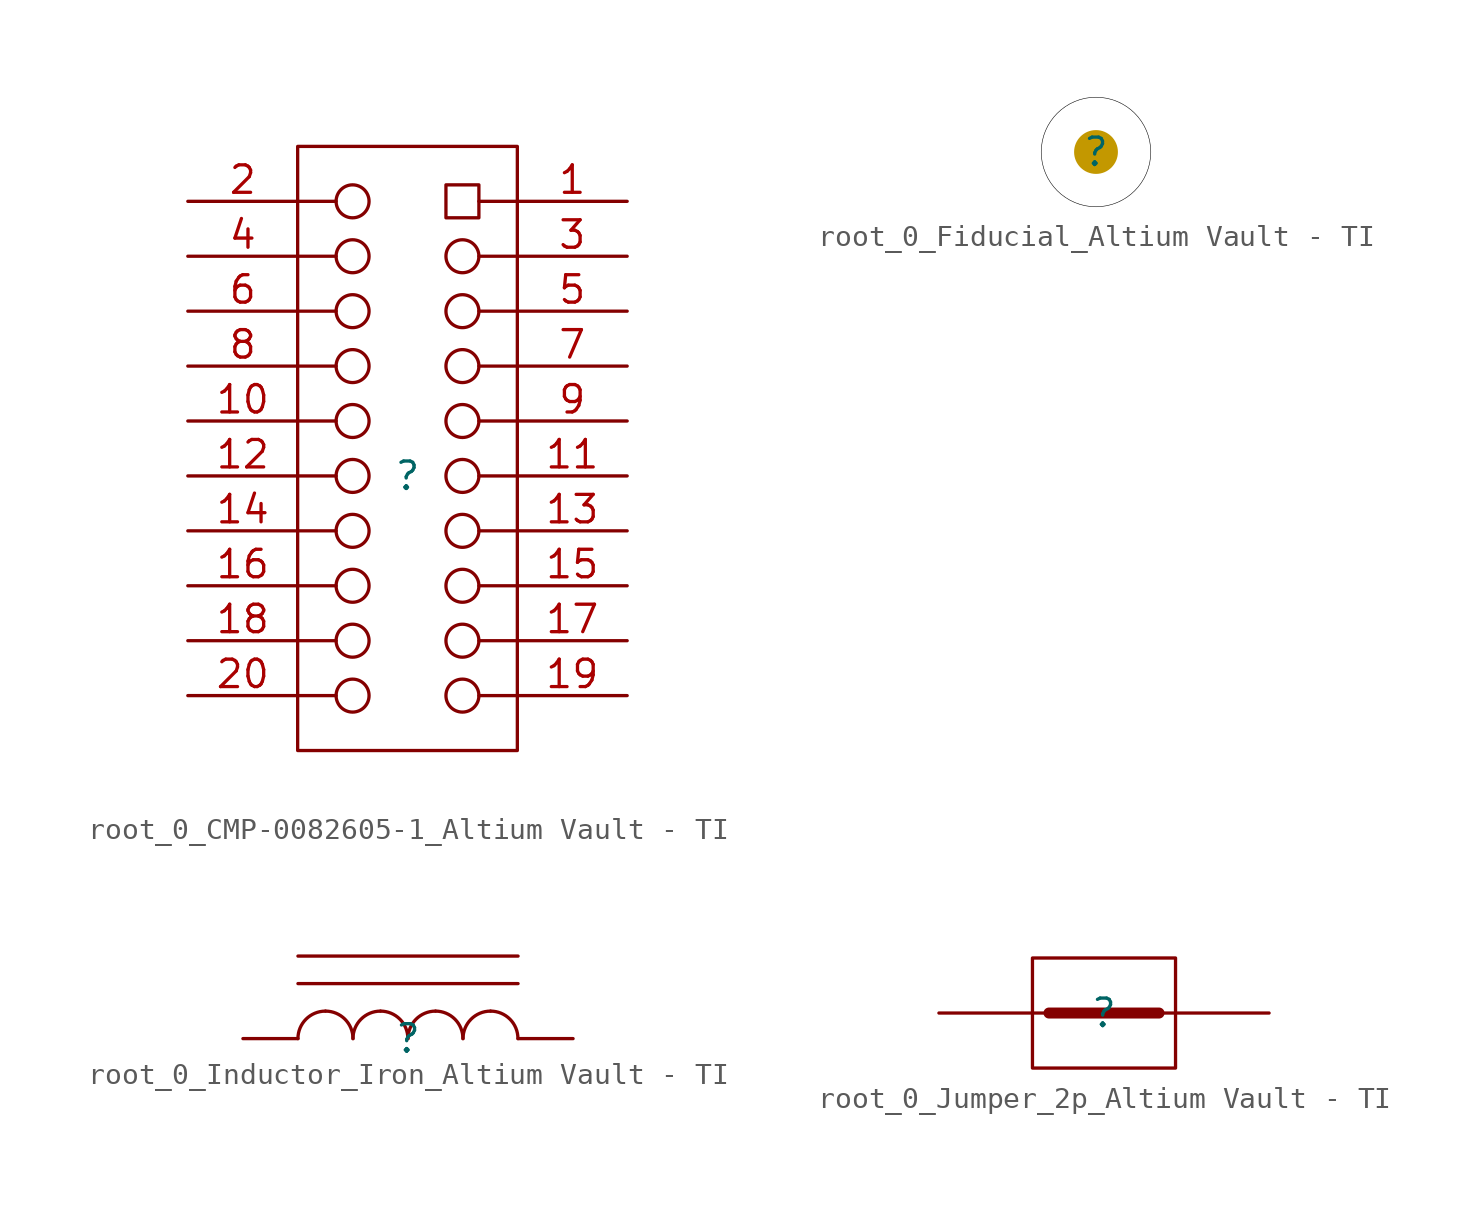
<source format=kicad_sym>
(kicad_symbol_lib
  (version 20241209)
  (generator "kicad_symbol_editor")
  (generator_version "9.0")
  (symbol "root_0_CMP-0082605-1_Altium Vault - TI"
    (pin_names
      (hide yes))
    (property "Reference" ""
      (at 0 0 0)
      (effects (font (size 1.27 1.27))))
    (property "Value" ""
      (at 0 0 0)
      (effects (font (size 1.27 1.27))))
    (symbol "root_0_CMP-0082605-1_Altium Vault - TI_1_0"
      (polyline (pts (xy -5.08 12.7) (xy -3.302 12.7)) (stroke (width 0) (type solid)) (fill (type none)))
      (polyline (pts (xy -5.08 10.16) (xy -3.302 10.16)) (stroke (width 0) (type solid)) (fill (type none)))
      (polyline (pts (xy -5.08 7.62) (xy -3.302 7.62)) (stroke (width 0) (type solid)) (fill (type none)))
      (polyline (pts (xy -5.08 5.08) (xy -3.302 5.08)) (stroke (width 0) (type solid)) (fill (type none)))
      (polyline (pts (xy -5.08 2.54) (xy -3.302 2.54)) (stroke (width 0) (type solid)) (fill (type none)))
      (polyline (pts (xy -5.08 0) (xy -3.302 0)) (stroke (width 0) (type solid)) (fill (type none)))
      (polyline (pts (xy -5.08 -2.54) (xy -3.302 -2.54)) (stroke (width 0) (type solid)) (fill (type none)))
      (polyline (pts (xy -5.08 -5.08) (xy -3.302 -5.08)) (stroke (width 0) (type solid)) (fill (type none)))
      (polyline (pts (xy -5.08 -7.62) (xy -3.302 -7.62)) (stroke (width 0) (type solid)) (fill (type none)))
      (polyline (pts (xy -5.08 -10.16) (xy -3.302 -10.16)) (stroke (width 0) (type solid)) (fill (type none)))
      (circle (center -2.54 12.7) (radius 0.762) (stroke (width 0) (type solid)) (fill (type color) (color 255 255 255 1)))
      (circle (center -2.54 10.16) (radius 0.762) (stroke (width 0) (type solid)) (fill (type color) (color 255 255 255 1)))
      (circle (center -2.54 7.62) (radius 0.762) (stroke (width 0) (type solid)) (fill (type color) (color 255 255 255 1)))
      (circle (center -2.54 5.08) (radius 0.762) (stroke (width 0) (type solid)) (fill (type color) (color 255 255 255 1)))
      (circle (center -2.54 2.54) (radius 0.762) (stroke (width 0) (type solid)) (fill (type color) (color 255 255 255 1)))
      (circle (center -2.54 0) (radius 0.762) (stroke (width 0) (type solid)) (fill (type color) (color 255 255 255 1)))
      (circle (center -2.54 -2.54) (radius 0.762) (stroke (width 0) (type solid)) (fill (type color) (color 255 255 255 1)))
      (circle (center -2.54 -5.08) (radius 0.762) (stroke (width 0) (type solid)) (fill (type color) (color 255 255 255 1)))
      (circle (center -2.54 -7.62) (radius 0.762) (stroke (width 0) (type solid)) (fill (type color) (color 255 255 255 1)))
      (circle (center -2.54 -10.16) (radius 0.762) (stroke (width 0) (type solid)) (fill (type color) (color 255 255 255 1)))
      (circle (center 2.54 10.16) (radius 0.762) (stroke (width 0) (type solid)) (fill (type color) (color 255 255 255 1)))
      (circle (center 2.54 7.62) (radius 0.762) (stroke (width 0) (type solid)) (fill (type color) (color 255 255 255 1)))
      (circle (center 2.54 5.08) (radius 0.762) (stroke (width 0) (type solid)) (fill (type color) (color 255 255 255 1)))
      (circle (center 2.54 2.54) (radius 0.762) (stroke (width 0) (type solid)) (fill (type color) (color 255 255 255 1)))
      (circle (center 2.54 0) (radius 0.762) (stroke (width 0) (type solid)) (fill (type color) (color 255 255 255 1)))
      (circle (center 2.54 -2.54) (radius 0.762) (stroke (width 0) (type solid)) (fill (type color) (color 255 255 255 1)))
      (circle (center 2.54 -5.08) (radius 0.762) (stroke (width 0) (type solid)) (fill (type color) (color 255 255 255 1)))
      (circle (center 2.54 -7.62) (radius 0.762) (stroke (width 0) (type solid)) (fill (type color) (color 255 255 255 1)))
      (circle (center 2.54 -10.16) (radius 0.762) (stroke (width 0) (type solid)) (fill (type color) (color 255 255 255 1)))
      (rectangle (start 3.302 13.462) (end 1.778 11.938) (stroke (width 0) (type solid)) (fill (type color) (color 255 255 255 1)))
      (rectangle (start 5.08 15.24) (end -5.08 -12.7) (stroke (width 0) (type solid)) (fill (type none)))
      (polyline (pts (xy 5.08 12.7) (xy 3.302 12.7)) (stroke (width 0) (type solid)) (fill (type none)))
      (polyline (pts (xy 5.08 10.16) (xy 3.302 10.16)) (stroke (width 0) (type solid)) (fill (type none)))
      (polyline (pts (xy 5.08 7.62) (xy 3.302 7.62)) (stroke (width 0) (type solid)) (fill (type none)))
      (polyline (pts (xy 5.08 5.08) (xy 3.302 5.08)) (stroke (width 0) (type solid)) (fill (type none)))
      (polyline (pts (xy 5.08 2.54) (xy 3.302 2.54)) (stroke (width 0) (type solid)) (fill (type none)))
      (polyline (pts (xy 5.08 0) (xy 3.302 0)) (stroke (width 0) (type solid)) (fill (type none)))
      (polyline (pts (xy 5.08 -2.54) (xy 3.302 -2.54)) (stroke (width 0) (type solid)) (fill (type none)))
      (polyline (pts (xy 5.08 -5.08) (xy 3.302 -5.08)) (stroke (width 0) (type solid)) (fill (type none)))
      (polyline (pts (xy 5.08 -7.62) (xy 3.302 -7.62)) (stroke (width 0) (type solid)) (fill (type none)))
      (polyline (pts (xy 5.08 -10.16) (xy 3.302 -10.16)) (stroke (width 0) (type solid)) (fill (type none)))
      (pin passive line (at -10.16 12.7 0) (length 5.08) (name "2" (effects (font (size 1.27 1.27)))) (number "2" (effects (font (size 1.27 1.27)))))
      (pin passive line (at -10.16 10.16 0) (length 5.08) (name "4" (effects (font (size 1.27 1.27)))) (number "4" (effects (font (size 1.27 1.27)))))
      (pin passive line (at -10.16 7.62 0) (length 5.08) (name "6" (effects (font (size 1.27 1.27)))) (number "6" (effects (font (size 1.27 1.27)))))
      (pin passive line (at -10.16 5.08 0) (length 5.08) (name "8" (effects (font (size 1.27 1.27)))) (number "8" (effects (font (size 1.27 1.27)))))
      (pin passive line (at -10.16 2.54 0) (length 5.08) (name "10" (effects (font (size 1.27 1.27)))) (number "10" (effects (font (size 1.27 1.27)))))
      (pin passive line (at -10.16 0 0) (length 5.08) (name "12" (effects (font (size 1.27 1.27)))) (number "12" (effects (font (size 1.27 1.27)))))
      (pin passive line (at -10.16 -2.54 0) (length 5.08) (name "14" (effects (font (size 1.27 1.27)))) (number "14" (effects (font (size 1.27 1.27)))))
      (pin passive line (at -10.16 -5.08 0) (length 5.08) (name "16" (effects (font (size 1.27 1.27)))) (number "16" (effects (font (size 1.27 1.27)))))
      (pin passive line (at -10.16 -7.62 0) (length 5.08) (name "18" (effects (font (size 1.27 1.27)))) (number "18" (effects (font (size 1.27 1.27)))))
      (pin passive line (at -10.16 -10.16 0) (length 5.08) (name "20" (effects (font (size 1.27 1.27)))) (number "20" (effects (font (size 1.27 1.27)))))
      (pin passive line (at 10.16 12.7 180) (length 5.08) (name "1" (effects (font (size 1.27 1.27)))) (number "1" (effects (font (size 1.27 1.27)))))
      (pin passive line (at 10.16 10.16 180) (length 5.08) (name "3" (effects (font (size 1.27 1.27)))) (number "3" (effects (font (size 1.27 1.27)))))
      (pin passive line (at 10.16 7.62 180) (length 5.08) (name "5" (effects (font (size 1.27 1.27)))) (number "5" (effects (font (size 1.27 1.27)))))
      (pin passive line (at 10.16 5.08 180) (length 5.08) (name "7" (effects (font (size 1.27 1.27)))) (number "7" (effects (font (size 1.27 1.27)))))
      (pin passive line (at 10.16 2.54 180) (length 5.08) (name "9" (effects (font (size 1.27 1.27)))) (number "9" (effects (font (size 1.27 1.27)))))
      (pin passive line (at 10.16 0 180) (length 5.08) (name "11" (effects (font (size 1.27 1.27)))) (number "11" (effects (font (size 1.27 1.27)))))
      (pin passive line (at 10.16 -2.54 180) (length 5.08) (name "13" (effects (font (size 1.27 1.27)))) (number "13" (effects (font (size 1.27 1.27)))))
      (pin passive line (at 10.16 -5.08 180) (length 5.08) (name "15" (effects (font (size 1.27 1.27)))) (number "15" (effects (font (size 1.27 1.27)))))
      (pin passive line (at 10.16 -7.62 180) (length 5.08) (name "17" (effects (font (size 1.27 1.27)))) (number "17" (effects (font (size 1.27 1.27)))))
      (pin passive line (at 10.16 -10.16 180) (length 5.08) (name "19" (effects (font (size 1.27 1.27)))) (number "19" (effects (font (size 1.27 1.27)))))))
  (symbol "root_0_Fiducial_Altium Vault - TI"
    (pin_numbers
      (hide yes))
    (pin_names
      (hide yes))
    (property "Reference" ""
      (at 0 0 0)
      (effects (font (size 1.27 1.27))))
    (property "Value" ""
      (at 0 0 0)
      (effects (font (size 1.27 1.27))))
    (symbol "root_0_Fiducial_Altium Vault - TI_1_0"
      (circle (center 0 0) (radius 1.016) (stroke (width -0.0001) (type solid) (color 195 152 0 1)) (fill (type outline)))
      (circle (center 0 0) (radius 2.54) (stroke (width 0.025) (type solid) (color 0 0 0 1)) (fill (type color) (color 255 255 255 1)))))
  (symbol "root_0_Inductor_Iron_Altium Vault - TI"
    (pin_numbers
      (hide yes))
    (pin_names
      (hide yes))
    (property "Reference" ""
      (at 0 0 0)
      (effects (font (size 1.27 1.27))))
    (property "Value" ""
      (at 0 0 0)
      (effects (font (size 1.27 1.27))))
    (symbol "root_0_Inductor_Iron_Altium Vault - TI_1_0"
      (polyline (pts (xy -5.08 2.54) (xy 5.08 2.54)) (stroke (width 0) (type solid)) (fill (type none)))
      (arc (start -5.08 0) (mid -4.708 0.898) (end -3.81 1.27) (stroke (width 0) (type solid)) (fill (type none)))
      (arc (start -3.81 1.27) (mid -2.912 0.898) (end -2.54 0) (stroke (width 0) (type solid)) (fill (type none)))
      (arc (start -2.54 0) (mid -2.168 0.898) (end -1.27 1.27) (stroke (width 0) (type solid)) (fill (type none)))
      (arc (start -1.27 1.27) (mid -0.372 0.898) (end 0 0) (stroke (width 0) (type solid)) (fill (type none)))
      (arc (start 0 0) (mid 0.372 0.898) (end 1.27 1.27) (stroke (width 0) (type solid)) (fill (type none)))
      (arc (start 1.27 1.27) (mid 2.168 0.898) (end 2.54 0) (stroke (width 0) (type solid)) (fill (type none)))
      (arc (start 2.54 0) (mid 2.912 0.898) (end 3.81 1.27) (stroke (width 0) (type solid)) (fill (type none)))
      (arc (start 3.81 1.27) (mid 4.708 0.898) (end 5.08 0) (stroke (width 0) (type solid)) (fill (type none)))
      (polyline (pts (xy 5.08 3.81) (xy -5.08 3.81)) (stroke (width 0) (type solid)) (fill (type none)))
      (pin passive line (at -7.62 0 0) (length 2.54) (name "1" (effects (font (size 1.27 1.27)))) (number "1" (effects (font (size 1.27 1.27)))))
      (pin passive line (at 7.62 0 180) (length 2.54) (name "2" (effects (font (size 1.27 1.27)))) (number "2" (effects (font (size 1.27 1.27)))))))
  (symbol "root_0_Jumper_2p_Altium Vault - TI"
    (pin_numbers
      (hide yes))
    (pin_names
      (hide yes))
    (property "Reference" ""
      (at 0 0 0)
      (effects (font (size 1.27 1.27))))
    (property "Value" ""
      (at 0 0 0)
      (effects (font (size 1.27 1.27))))
    (symbol "root_0_Jumper_2p_Altium Vault - TI_1_0"
      (bezier (pts (xy -2.54 0) (xy -2.54 0) (xy -1.403 0) (xy 0 0)) (stroke (width 0.025) (type solid)) (fill (type background)))
      (polyline (pts (xy -2.54 0) (xy 2.54 0)) (stroke (width 0.508) (type solid)) (fill (type none)))
      (bezier (pts (xy 0 0) (xy -1.403 0) (xy -2.54 0) (xy -2.54 0)) (stroke (width 0.025) (type solid)) (fill (type background)))
      (bezier (pts (xy 0 0) (xy 1.403 0) (xy 2.54 0) (xy 2.54 0)) (stroke (width 0.025) (type solid)) (fill (type background)))
      (polyline (pts (xy 2.54 0) (xy 0 0) (xy -2.54 0) (xy 0 0) (xy 2.54 0)) (stroke (width -0.0001) (type default)) (fill (type background)))
      (bezier (pts (xy 2.54 0) (xy 2.54 0) (xy 1.403 0) (xy 0 0)) (stroke (width 0.025) (type solid)) (fill (type background)))
      (rectangle (start 3.302 2.54) (end -3.302 -2.54) (stroke (width 0) (type solid)) (fill (type color) (color 255 255 255 1)))
      (pin passive line (at -7.62 0 0) (length 5.08) (name "1" (effects (font (size 1.27 1.27)))) (number "1" (effects (font (size 1.27 1.27)))))
      (pin passive line (at 7.62 0 180) (length 5.08) (name "2" (effects (font (size 1.27 1.27)))) (number "2" (effects (font (size 1.27 1.27))))))))
</source>
